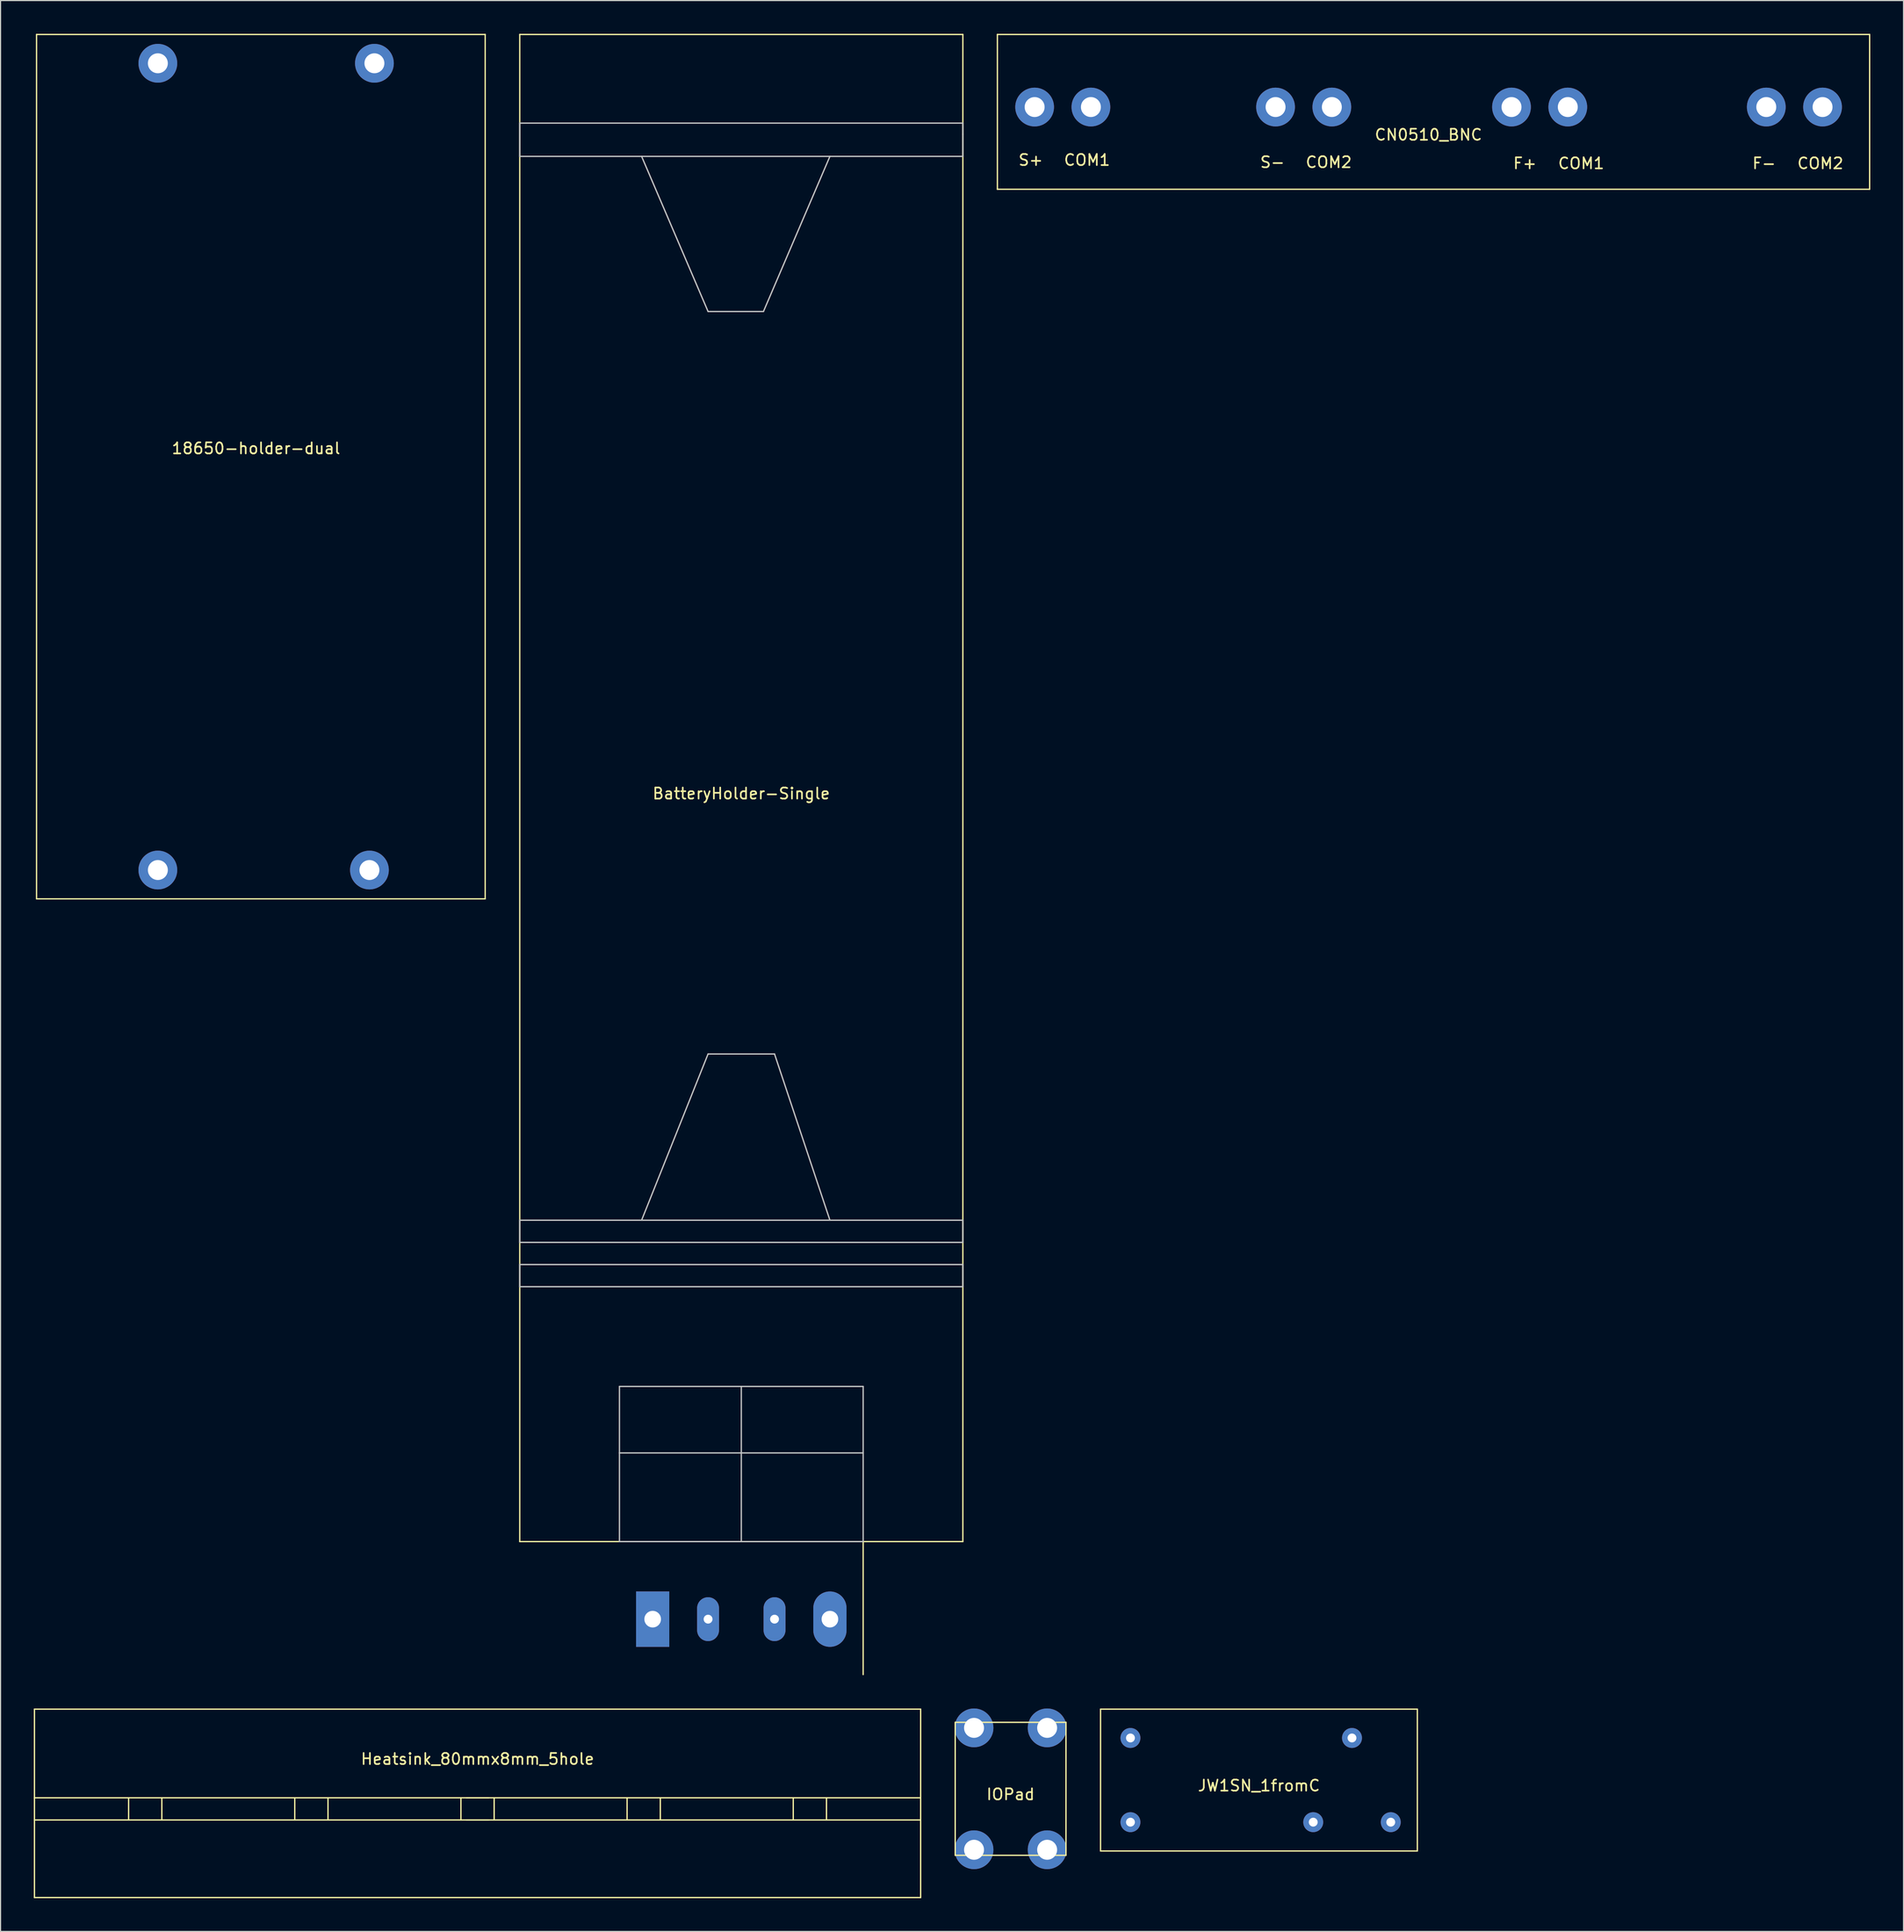
<source format=kicad_pcb>
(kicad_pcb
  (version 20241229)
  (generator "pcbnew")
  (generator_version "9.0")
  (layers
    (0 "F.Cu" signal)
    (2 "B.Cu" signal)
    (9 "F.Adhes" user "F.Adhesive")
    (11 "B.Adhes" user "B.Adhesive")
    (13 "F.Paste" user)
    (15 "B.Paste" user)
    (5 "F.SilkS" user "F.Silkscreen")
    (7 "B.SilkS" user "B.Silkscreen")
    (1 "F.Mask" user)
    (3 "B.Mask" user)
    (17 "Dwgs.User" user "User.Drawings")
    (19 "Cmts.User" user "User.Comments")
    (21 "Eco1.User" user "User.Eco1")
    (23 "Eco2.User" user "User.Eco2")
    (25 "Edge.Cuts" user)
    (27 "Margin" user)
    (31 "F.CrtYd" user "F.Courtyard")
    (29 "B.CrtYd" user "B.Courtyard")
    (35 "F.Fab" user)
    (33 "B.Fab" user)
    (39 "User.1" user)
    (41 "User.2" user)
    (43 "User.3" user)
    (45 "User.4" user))
  (footprint "JW1SN_1fromC"
    (layer "F.Cu")
    (at 110.6 157.58)
    (property "Reference" "JW1SN_1fromC" (at 0 0.5 0) (layer "F.SilkS") (effects (font (size 1 1) (thickness 0.15))))
    (attr through_hole)
    (fp_line (start -14.3 -6.4) (end -14.3 6.4) (stroke (width 0.12) (type solid)) (layer "F.SilkS"))
    (fp_line (start -14.3 -6.4) (end 14.3 -6.4) (stroke (width 0.12) (type solid)) (layer "F.SilkS"))
    (fp_line (start -14.3 6.4) (end 14.3 6.4) (stroke (width 0.12) (type solid)) (layer "F.SilkS"))
    (fp_line (start 14.3 -6.4) (end 14.3 6.4) (stroke (width 0.12) (type solid)) (layer "F.SilkS"))
    (pad "1" thru_hole circle (at -11.6 -3.8) (size 1.8 1.8) (drill 0.8) (layers "*.Cu" "*.Mask"))
    (pad "5" thru_hole circle (at 11.9 3.8) (size 1.8 1.8) (drill 0.8) (layers "*.Cu" "*.Mask"))
    (pad "6" thru_hole circle (at 8.4 -3.8) (size 1.8 1.8) (drill 0.8) (layers "*.Cu" "*.Mask"))
    (pad "7" thru_hole circle (at 4.9 3.8) (size 1.8 1.8) (drill 0.8) (layers "*.Cu" "*.Mask"))
    (pad "8" thru_hole circle (at -11.6 3.8) (size 1.8 1.8) (drill 0.8) (layers "*.Cu" "*.Mask")))
  (footprint "18650-holder-dual"
    (layer "F.Cu")
    (at 0.25 78.06)
    (property "Reference" "18650-holder-dual" (at 19.812 -40.648 0) (layer "F.SilkS") (effects (font (size 1 1) (thickness 0.15))))
    (attr through_hole)
    (fp_line (start 0 -78) (end 40.5 -78) (stroke (width 0.12) (type solid)) (layer "F.SilkS"))
    (fp_line (start 0 0) (end 0 -78) (stroke (width 0.12) (type solid)) (layer "F.SilkS"))
    (fp_line (start 0 0) (end 40.5 0) (stroke (width 0.12) (type solid)) (layer "F.SilkS"))
    (fp_line (start 40.5 -78) (end 40.5 0) (stroke (width 0.12) (type solid)) (layer "F.SilkS"))
    (pad "1" thru_hole circle (at 10.95 -75.4) (size 3.5 3.5) (drill 1.8) (layers "*.Cu" "*.Mask"))
    (pad "2" thru_hole circle (at 10.95 -2.6) (size 3.5 3.5) (drill 1.8) (layers "*.Cu" "*.Mask"))
    (pad "3" thru_hole circle (at 30.5 -75.4) (size 3.5 3.5) (drill 1.8) (layers "*.Cu" "*.Mask"))
    (pad "4" thru_hole circle (at 30.05 -2.6) (size 3.5 3.5) (drill 1.8) (layers "*.Cu" "*.Mask")))
  (footprint "IOPad"
    (layer "F.Cu")
    (at 88.18 158.37)
    (property "Reference" "IOPad" (at 0 0.5 0) (layer "F.SilkS") (effects (font (size 1 1) (thickness 0.15))))
    (attr through_hole)
    (fp_line (start -5 -6) (end -5 6) (stroke (width 0.12) (type solid)) (layer "F.SilkS"))
    (fp_line (start -5 -6) (end 5 -6) (stroke (width 0.12) (type solid)) (layer "F.SilkS"))
    (fp_line (start -5 6) (end 5 6) (stroke (width 0.12) (type solid)) (layer "F.SilkS"))
    (fp_line (start 5 -6) (end 5 6) (stroke (width 0.12) (type solid)) (layer "F.SilkS"))
    (pad "1" thru_hole circle (at -3.3 -5.5) (size 3.5 3.5) (drill 1.8) (layers "*.Cu" "*.Mask"))
    (pad "1" thru_hole circle (at -3.3 5.5) (size 3.5 3.5) (drill 1.8) (layers "*.Cu" "*.Mask"))
    (pad "1" thru_hole circle (at 3.3 -5.5) (size 3.5 3.5) (drill 1.8) (layers "*.Cu" "*.Mask"))
    (pad "1" thru_hole circle (at 3.3 5.5) (size 3.5 3.5) (drill 1.8) (layers "*.Cu" "*.Mask")))
  (footprint "BatteryHolder-Single"
    (layer "F.Cu")
    (at 63.87 68.06)
    (property "Reference" "BatteryHolder-Single" (at 0 0.5 0) (layer "F.SilkS") (effects (font (size 1 1) (thickness 0.15))))
    (attr through_hole)
    (fp_line (start -20 -68) (end 20 -68) (stroke (width 0.12) (type solid)) (layer "F.SilkS"))
    (fp_line (start -20 68) (end -20 -68) (stroke (width 0.12) (type solid)) (layer "F.SilkS"))
    (fp_line (start -20 68) (end 20 68) (stroke (width 0.12) (type solid)) (layer "F.SilkS"))
    (fp_line (start 11 80) (end 11 68) (stroke (width 0.12) (type solid)) (layer "F.SilkS"))
    (fp_line (start 20 68) (end 20 -68) (stroke (width 0.12) (type solid)) (layer "F.SilkS"))
    (fp_line (start -11 80) (end -11 68) (stroke (width 0.12) (type solid)) (layer "B.Paste"))
    (fp_line (start 11 80) (end -11 80) (stroke (width 0.12) (type solid)) (layer "B.Paste"))
    (fp_line (start -20 -60) (end 20 -60) (stroke (width 0.12) (type solid)) (layer "Dwgs.User"))
    (fp_line (start -20 -57) (end -20 -60) (stroke (width 0.12) (type solid)) (layer "Dwgs.User"))
    (fp_line (start -20 39) (end 20 39) (stroke (width 0.12) (type solid)) (layer "Dwgs.User"))
    (fp_line (start -20 41) (end -20 39) (stroke (width 0.12) (type solid)) (layer "Dwgs.User"))
    (fp_line (start -20 43) (end 20 43) (stroke (width 0.12) (type solid)) (layer "Dwgs.User"))
    (fp_line (start -20 45) (end -20 43) (stroke (width 0.12) (type solid)) (layer "Dwgs.User"))
    (fp_line (start -11 54) (end -11 60) (stroke (width 0.12) (type solid)) (layer "Dwgs.User"))
    (fp_line (start -11 60) (end -11 68) (stroke (width 0.12) (type solid)) (layer "Dwgs.User"))
    (fp_line (start -11 68) (end 11 68) (stroke (width 0.12) (type solid)) (layer "Dwgs.User"))
    (fp_line (start -3 -43) (end -9 -57) (stroke (width 0.12) (type solid)) (layer "Dwgs.User"))
    (fp_line (start -3 -43) (end 2 -43) (stroke (width 0.12) (type solid)) (layer "Dwgs.User"))
    (fp_line (start -3 24) (end -9 39) (stroke (width 0.12) (type solid)) (layer "Dwgs.User"))
    (fp_line (start -3 24) (end 3 24) (stroke (width 0.12) (type solid)) (layer "Dwgs.User"))
    (fp_line (start 0 54) (end 0 68) (stroke (width 0.12) (type solid)) (layer "Dwgs.User"))
    (fp_line (start 0 60) (end -11 60) (stroke (width 0.12) (type solid)) (layer "Dwgs.User"))
    (fp_line (start 0 68) (end -11 68) (stroke (width 0.12) (type solid)) (layer "Dwgs.User"))
    (fp_line (start 2 -43) (end 8 -57) (stroke (width 0.12) (type solid)) (layer "Dwgs.User"))
    (fp_line (start 3 24) (end 8 39) (stroke (width 0.12) (type solid)) (layer "Dwgs.User"))
    (fp_line (start 11 54) (end -11 54) (stroke (width 0.12) (type solid)) (layer "Dwgs.User"))
    (fp_line (start 11 54) (end 11 68) (stroke (width 0.12) (type solid)) (layer "Dwgs.User"))
    (fp_line (start 11 60) (end 0 60) (stroke (width 0.12) (type solid)) (layer "Dwgs.User"))
    (fp_line (start 20 -60) (end 20 -59) (stroke (width 0.12) (type solid)) (layer "Dwgs.User"))
    (fp_line (start 20 -59) (end 20 -57) (stroke (width 0.12) (type solid)) (layer "Dwgs.User"))
    (fp_line (start 20 -57) (end -20 -57) (stroke (width 0.12) (type solid)) (layer "Dwgs.User"))
    (fp_line (start 20 39) (end 20 41) (stroke (width 0.12) (type solid)) (layer "Dwgs.User"))
    (fp_line (start 20 41) (end -20 41) (stroke (width 0.12) (type solid)) (layer "Dwgs.User"))
    (fp_line (start 20 43) (end 20 45) (stroke (width 0.12) (type solid)) (layer "Dwgs.User"))
    (fp_line (start 20 45) (end -20 45) (stroke (width 0.12) (type solid)) (layer "Dwgs.User"))
    (pad "1" thru_hole rect (at -8 75) (size 3 5) (drill 1.5) (layers "*.Cu" "*.Mask"))
    (pad "2" thru_hole oval (at -3 75) (size 1.98 3.96) (drill 0.8) (layers "*.Cu" "*.Mask"))
    (pad "3" thru_hole oval (at 3 75) (size 1.98 3.96) (drill 0.8) (layers "*.Cu" "*.Mask"))
    (pad "4" thru_hole oval (at 8 75) (size 3 5) (drill 1.5) (layers "*.Cu" "*.Mask")))
  (footprint "CN0510_BNC"
    (layer "F.Cu")
    (at 90.8 6.41)
    (property "Reference" "CN0510_BNC" (at 35.1 2.7 0) (layer "F.SilkS") (effects (font (size 1 1) (thickness 0.15))))
    (attr through_hole)
    (fp_line (start -3.81 -6.35) (end -3.81 7.62) (stroke (width 0.12) (type solid)) (layer "F.SilkS"))
    (fp_line (start -3.81 7.62) (end 74.93 7.62) (stroke (width 0.12) (type solid)) (layer "F.SilkS"))
    (fp_line (start 74.93 -6.35) (end -3.81 -6.35) (stroke (width 0.12) (type solid)) (layer "F.SilkS"))
    (fp_line (start 74.93 7.62) (end 74.93 -6.35) (stroke (width 0.12) (type solid)) (layer "F.SilkS"))
    (fp_text user "COM1" (at 4.28 4.98 0) (layer "F.SilkS") (effects (font (size 1 1) (thickness 0.15))))
    (fp_text user "COM2" (at 70.48 5.28 0) (layer "F.SilkS") (effects (font (size 1 1) (thickness 0.15))))
    (fp_text user "F+" (at 43.81 5.28 0) (layer "F.SilkS") (effects (font (size 1 1) (thickness 0.15))))
    (fp_text user "COM1" (at 48.89 5.28 0) (layer "F.SilkS") (effects (font (size 1 1) (thickness 0.15))))
    (fp_text user "S+" (at -0.8 4.98 0) (layer "F.SilkS") (effects (font (size 1 1) (thickness 0.15))))
    (fp_text user "S-" (at 21.02 5.18 0) (layer "F.SilkS") (effects (font (size 1 1) (thickness 0.15))))
    (fp_text user "F-" (at 65.4 5.28 0) (layer "F.SilkS") (effects (font (size 1 1) (thickness 0.15))))
    (fp_text user "COM2" (at 26.1 5.18 0) (layer "F.SilkS") (effects (font (size 1 1) (thickness 0.15))))
    (pad "1" thru_hole circle (at -0.45 0.2) (size 3.5 3.5) (drill 1.8) (layers "*.Cu" "*.Mask"))
    (pad "2" thru_hole circle (at 4.63 0.2) (size 3.5 3.5) (drill 1.8) (layers "*.Cu" "*.Mask"))
    (pad "2" thru_hole circle (at 47.68 0.2) (size 3.5 3.5) (drill 1.8) (layers "*.Cu" "*.Mask"))
    (pad "3" thru_hole circle (at 21.3 0.2) (size 3.5 3.5) (drill 1.8) (layers "*.Cu" "*.Mask"))
    (pad "4" thru_hole circle (at 26.38 0.2) (size 3.5 3.5) (drill 1.8) (layers "*.Cu" "B.Mask"))
    (pad "4" thru_hole circle (at 70.68 0.2) (size 3.5 3.5) (drill 1.8) (layers "*.Cu" "B.Mask"))
    (pad "5" thru_hole circle (at 42.6 0.2) (size 3.5 3.5) (drill 1.8) (layers "*.Cu" "*.Mask"))
    (pad "7" thru_hole circle (at 65.6 0.2) (size 3.5 3.5) (drill 1.8) (layers "*.Cu" "*.Mask")))
  (footprint "Heatsink_80mmx8mm_5hole"
    (layer "F.Cu")
    (at 40.06 155.18)
    (property "Reference" "Heatsink_80mmx8mm_5hole" (at 0 0.5 0) (layer "F.SilkS") (effects (font (size 1 1) (thickness 0.15))))
    (attr through_hole)
    (fp_line (start -40 -4) (end -40 4) (stroke (width 0.12) (type solid)) (layer "F.SilkS"))
    (fp_line (start -40 -4) (end 40 -4) (stroke (width 0.12) (type solid)) (layer "F.SilkS"))
    (fp_line (start -40 4) (end -40 13) (stroke (width 0.12) (type solid)) (layer "F.SilkS"))
    (fp_line (start -40 4) (end 40 4) (stroke (width 0.12) (type solid)) (layer "F.SilkS"))
    (fp_line (start -40 6) (end 40 6) (stroke (width 0.12) (type solid)) (layer "F.SilkS"))
    (fp_line (start -40 13) (end 40 13) (stroke (width 0.12) (type solid)) (layer "F.SilkS"))
    (fp_line (start -31.5 4) (end -31.5 6) (stroke (width 0.12) (type solid)) (layer "F.SilkS"))
    (fp_line (start -28.5 4) (end -28.5 6) (stroke (width 0.12) (type solid)) (layer "F.SilkS"))
    (fp_line (start -16.5 4) (end -16.5 6) (stroke (width 0.12) (type solid)) (layer "F.SilkS"))
    (fp_line (start -13.5 4) (end -13.5 6) (stroke (width 0.12) (type solid)) (layer "F.SilkS"))
    (fp_line (start -1.5 4) (end -1.5 6) (stroke (width 0.12) (type solid)) (layer "F.SilkS"))
    (fp_line (start -1 6) (end 1 6) (stroke (width 0.12) (type solid)) (layer "F.SilkS"))
    (fp_line (start 1 4) (end -1 4) (stroke (width 0.12) (type solid)) (layer "F.SilkS"))
    (fp_line (start 1.5 6) (end 1.5 4) (stroke (width 0.12) (type solid)) (layer "F.SilkS"))
    (fp_line (start 13.5 4) (end 13.5 6) (stroke (width 0.12) (type solid)) (layer "F.SilkS"))
    (fp_line (start 16.5 4) (end 16.5 6) (stroke (width 0.12) (type solid)) (layer "F.SilkS"))
    (fp_line (start 28.5 4) (end 28.5 6) (stroke (width 0.12) (type solid)) (layer "F.SilkS"))
    (fp_line (start 31.5 4) (end 31.5 6) (stroke (width 0.12) (type solid)) (layer "F.SilkS"))
    (fp_line (start 40 -4) (end 40 4) (stroke (width 0.12) (type solid)) (layer "F.SilkS"))
    (fp_line (start 40 13) (end 40 4) (stroke (width 0.12) (type solid)) (layer "F.SilkS")))
  (gr_rect
    (start -3 -3)
    (end 168.79 171.24)
    (stroke (width 0.1) (type default))
    (fill no)
    (layer "Edge.Cuts")))
</source>
